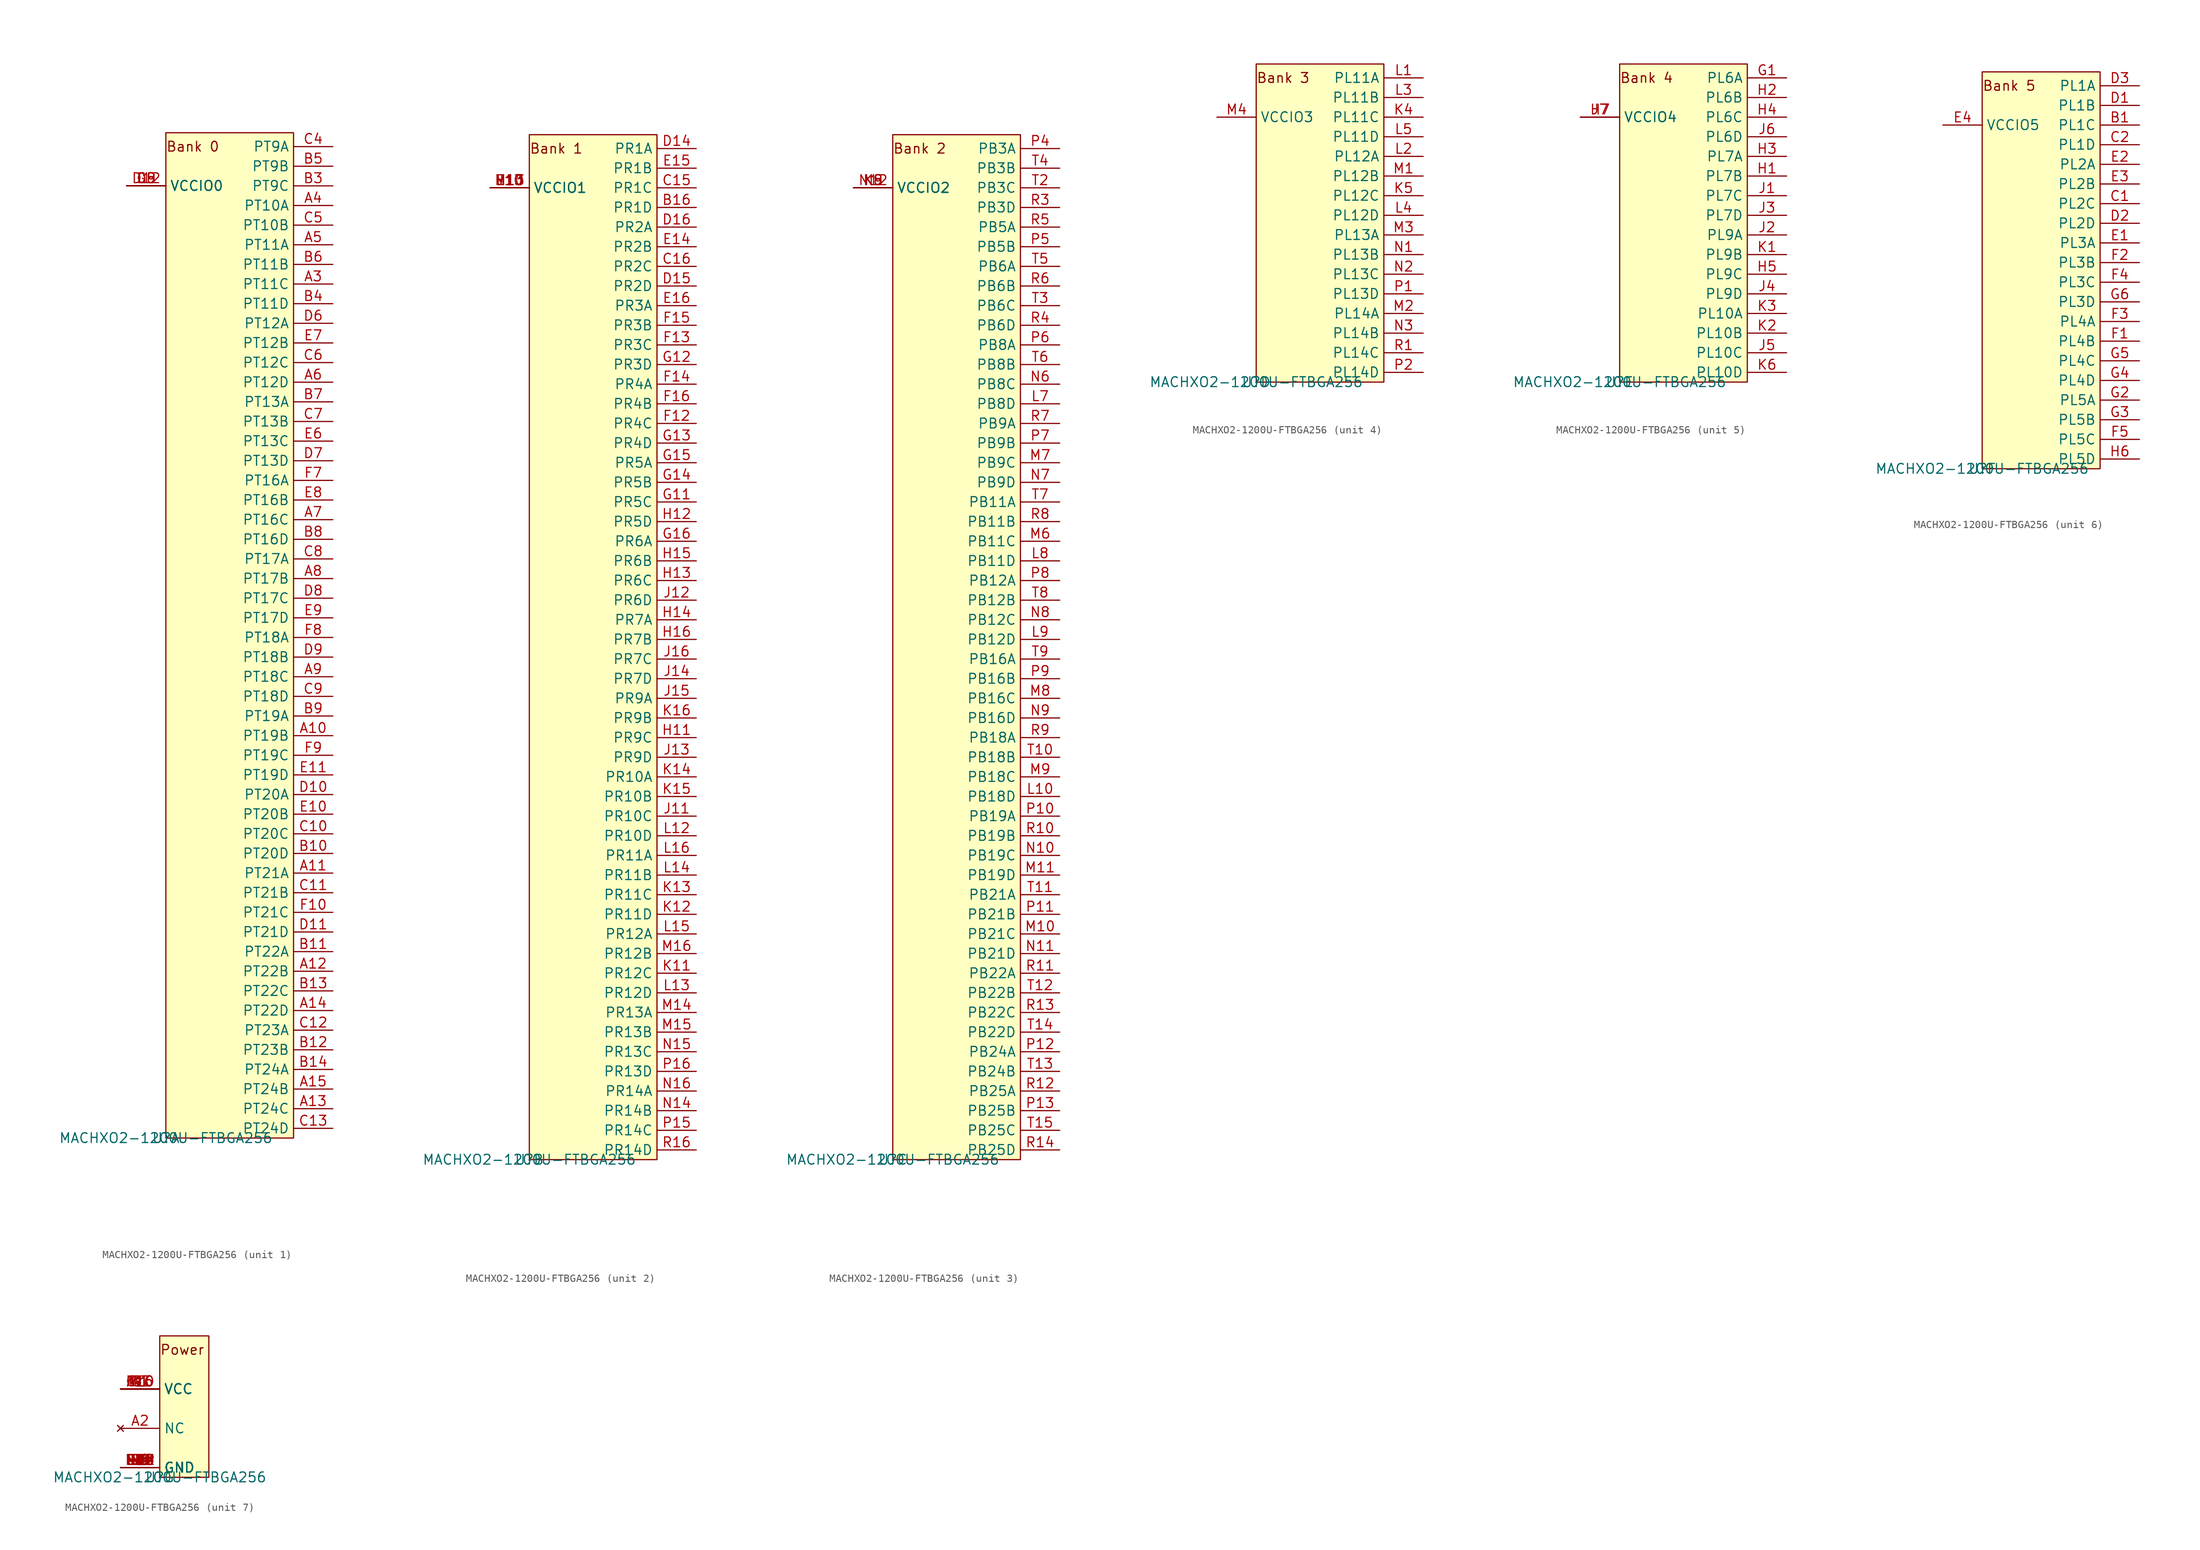
<source format=kicad_sym>
(kicad_symbol_lib
  (version 20211014)
  (generator kicad_symbol_editor)
  (symbol "MACHXO2-1200U-FTBGA256"
    (property "Reference" "U"
      (at 0 0 0)
      (effects (font (size 1.27 1.27))))
    (property "Value" "MACHXO2-1200U-FTBGA256"
      (at 0 0 0)
      (effects (font (size 1.27 1.27))))
    (property "ki_locked" ""
      (at 0 0 0)
      (effects (font (size 1.27 1.27))))
    (symbol "MACHXO2-1200U-FTBGA256_1_0"
      (pin power_in line (at -5.08 123.174 0) (length 5.08) (name "VCCIO0" (effects (font (size 1.27 1.27)))) (number "D5" (effects (font (size 1.27 1.27)))))
      (pin power_in line (at -5.08 123.174 0) (length 5.08) (name "VCCIO0" (effects (font (size 1.27 1.27)))) (number "G8" (effects (font (size 1.27 1.27)))))
      (pin power_in line (at -5.08 123.174 0) (length 5.08) (name "VCCIO0" (effects (font (size 1.27 1.27)))) (number "D12" (effects (font (size 1.27 1.27)))))
      (pin power_in line (at -5.08 123.174 0) (length 5.08) (name "VCCIO0" (effects (font (size 1.27 1.27)))) (number "G9" (effects (font (size 1.27 1.27)))))
      (pin bidirectional line (at 21.59 128.254 180) (length 5.08) (name "PT9A" (effects (font (size 1.27 1.27)))) (number "C4" (effects (font (size 1.27 1.27)))))
      (pin bidirectional line (at 21.59 125.714 180) (length 5.08) (name "PT9B" (effects (font (size 1.27 1.27)))) (number "B5" (effects (font (size 1.27 1.27)))))
      (pin bidirectional line (at 21.59 123.174 180) (length 5.08) (name "PT9C" (effects (font (size 1.27 1.27)))) (number "B3" (effects (font (size 1.27 1.27)))))
      (pin bidirectional line (at 21.59 120.634 180) (length 5.08) (name "PT10A" (effects (font (size 1.27 1.27)))) (number "A4" (effects (font (size 1.27 1.27)))))
      (pin bidirectional line (at 21.59 118.094 180) (length 5.08) (name "PT10B" (effects (font (size 1.27 1.27)))) (number "C5" (effects (font (size 1.27 1.27)))))
      (pin bidirectional line (at 21.59 115.554 180) (length 5.08) (name "PT11A" (effects (font (size 1.27 1.27)))) (number "A5" (effects (font (size 1.27 1.27)))))
      (pin bidirectional line (at 21.59 113.014 180) (length 5.08) (name "PT11B" (effects (font (size 1.27 1.27)))) (number "B6" (effects (font (size 1.27 1.27)))))
      (pin bidirectional line (at 21.59 110.474 180) (length 5.08) (name "PT11C" (effects (font (size 1.27 1.27)))) (number "A3" (effects (font (size 1.27 1.27)))))
      (pin bidirectional line (at 21.59 107.934 180) (length 5.08) (name "PT11D" (effects (font (size 1.27 1.27)))) (number "B4" (effects (font (size 1.27 1.27)))))
      (pin bidirectional line (at 21.59 105.394 180) (length 5.08) (name "PT12A" (effects (font (size 1.27 1.27)))) (number "D6" (effects (font (size 1.27 1.27)))))
      (pin bidirectional line (at 21.59 102.854 180) (length 5.08) (name "PT12B" (effects (font (size 1.27 1.27)))) (number "E7" (effects (font (size 1.27 1.27)))))
      (pin bidirectional line (at 21.59 100.314 180) (length 5.08) (name "PT12C" (effects (font (size 1.27 1.27)))) (number "C6" (effects (font (size 1.27 1.27)))))
      (pin bidirectional line (at 21.59 97.774 180) (length 5.08) (name "PT12D" (effects (font (size 1.27 1.27)))) (number "A6" (effects (font (size 1.27 1.27)))))
      (pin bidirectional line (at 21.59 95.234 180) (length 5.08) (name "PT13A" (effects (font (size 1.27 1.27)))) (number "B7" (effects (font (size 1.27 1.27)))))
      (pin bidirectional line (at 21.59 92.694 180) (length 5.08) (name "PT13B" (effects (font (size 1.27 1.27)))) (number "C7" (effects (font (size 1.27 1.27)))))
      (pin bidirectional line (at 21.59 90.154 180) (length 5.08) (name "PT13C" (effects (font (size 1.27 1.27)))) (number "E6" (effects (font (size 1.27 1.27)))))
      (pin bidirectional line (at 21.59 87.614 180) (length 5.08) (name "PT13D" (effects (font (size 1.27 1.27)))) (number "D7" (effects (font (size 1.27 1.27)))))
      (pin bidirectional line (at 21.59 85.074 180) (length 5.08) (name "PT16A" (effects (font (size 1.27 1.27)))) (number "F7" (effects (font (size 1.27 1.27)))))
      (pin bidirectional line (at 21.59 82.534 180) (length 5.08) (name "PT16B" (effects (font (size 1.27 1.27)))) (number "E8" (effects (font (size 1.27 1.27)))))
      (pin bidirectional line (at 21.59 79.994 180) (length 5.08) (name "PT16C" (effects (font (size 1.27 1.27)))) (number "A7" (effects (font (size 1.27 1.27)))))
      (pin bidirectional line (at 21.59 77.454 180) (length 5.08) (name "PT16D" (effects (font (size 1.27 1.27)))) (number "B8" (effects (font (size 1.27 1.27)))))
      (pin bidirectional line (at 21.59 74.914 180) (length 5.08) (name "PT17A" (effects (font (size 1.27 1.27)))) (number "C8" (effects (font (size 1.27 1.27)))))
      (pin bidirectional line (at 21.59 72.374 180) (length 5.08) (name "PT17B" (effects (font (size 1.27 1.27)))) (number "A8" (effects (font (size 1.27 1.27)))))
      (pin bidirectional line (at 21.59 69.834 180) (length 5.08) (name "PT17C" (effects (font (size 1.27 1.27)))) (number "D8" (effects (font (size 1.27 1.27)))))
      (pin bidirectional line (at 21.59 67.294 180) (length 5.08) (name "PT17D" (effects (font (size 1.27 1.27)))) (number "E9" (effects (font (size 1.27 1.27)))))
      (pin bidirectional line (at 21.59 64.754 180) (length 5.08) (name "PT18A" (effects (font (size 1.27 1.27)))) (number "F8" (effects (font (size 1.27 1.27)))))
      (pin bidirectional line (at 21.59 62.214 180) (length 5.08) (name "PT18B" (effects (font (size 1.27 1.27)))) (number "D9" (effects (font (size 1.27 1.27)))))
      (pin bidirectional line (at 21.59 59.674 180) (length 5.08) (name "PT18C" (effects (font (size 1.27 1.27)))) (number "A9" (effects (font (size 1.27 1.27)))))
      (pin bidirectional line (at 21.59 57.134 180) (length 5.08) (name "PT18D" (effects (font (size 1.27 1.27)))) (number "C9" (effects (font (size 1.27 1.27)))))
      (pin bidirectional line (at 21.59 54.594 180) (length 5.08) (name "PT19A" (effects (font (size 1.27 1.27)))) (number "B9" (effects (font (size 1.27 1.27)))))
      (pin bidirectional line (at 21.59 52.054 180) (length 5.08) (name "PT19B" (effects (font (size 1.27 1.27)))) (number "A10" (effects (font (size 1.27 1.27)))))
      (pin bidirectional line (at 21.59 49.514 180) (length 5.08) (name "PT19C" (effects (font (size 1.27 1.27)))) (number "F9" (effects (font (size 1.27 1.27)))))
      (pin bidirectional line (at 21.59 46.974 180) (length 5.08) (name "PT19D" (effects (font (size 1.27 1.27)))) (number "E11" (effects (font (size 1.27 1.27)))))
      (pin bidirectional line (at 21.59 44.434 180) (length 5.08) (name "PT20A" (effects (font (size 1.27 1.27)))) (number "D10" (effects (font (size 1.27 1.27)))))
      (pin bidirectional line (at 21.59 41.894 180) (length 5.08) (name "PT20B" (effects (font (size 1.27 1.27)))) (number "E10" (effects (font (size 1.27 1.27)))))
      (pin bidirectional line (at 21.59 39.354 180) (length 5.08) (name "PT20C" (effects (font (size 1.27 1.27)))) (number "C10" (effects (font (size 1.27 1.27)))))
      (pin bidirectional line (at 21.59 36.814 180) (length 5.08) (name "PT20D" (effects (font (size 1.27 1.27)))) (number "B10" (effects (font (size 1.27 1.27)))))
      (pin bidirectional line (at 21.59 34.274 180) (length 5.08) (name "PT21A" (effects (font (size 1.27 1.27)))) (number "A11" (effects (font (size 1.27 1.27)))))
      (pin bidirectional line (at 21.59 31.734 180) (length 5.08) (name "PT21B" (effects (font (size 1.27 1.27)))) (number "C11" (effects (font (size 1.27 1.27)))))
      (pin bidirectional line (at 21.59 29.194 180) (length 5.08) (name "PT21C" (effects (font (size 1.27 1.27)))) (number "F10" (effects (font (size 1.27 1.27)))))
      (pin bidirectional line (at 21.59 26.654 180) (length 5.08) (name "PT21D" (effects (font (size 1.27 1.27)))) (number "D11" (effects (font (size 1.27 1.27)))))
      (pin bidirectional line (at 21.59 24.114 180) (length 5.08) (name "PT22A" (effects (font (size 1.27 1.27)))) (number "B11" (effects (font (size 1.27 1.27)))))
      (pin bidirectional line (at 21.59 21.574 180) (length 5.08) (name "PT22B" (effects (font (size 1.27 1.27)))) (number "A12" (effects (font (size 1.27 1.27)))))
      (pin bidirectional line (at 21.59 19.034 180) (length 5.08) (name "PT22C" (effects (font (size 1.27 1.27)))) (number "B13" (effects (font (size 1.27 1.27)))))
      (pin bidirectional line (at 21.59 16.494 180) (length 5.08) (name "PT22D" (effects (font (size 1.27 1.27)))) (number "A14" (effects (font (size 1.27 1.27)))))
      (pin bidirectional line (at 21.59 13.954 180) (length 5.08) (name "PT23A" (effects (font (size 1.27 1.27)))) (number "C12" (effects (font (size 1.27 1.27)))))
      (pin bidirectional line (at 21.59 11.414 180) (length 5.08) (name "PT23B" (effects (font (size 1.27 1.27)))) (number "B12" (effects (font (size 1.27 1.27)))))
      (pin bidirectional line (at 21.59 8.874 180) (length 5.08) (name "PT24A" (effects (font (size 1.27 1.27)))) (number "B14" (effects (font (size 1.27 1.27)))))
      (pin bidirectional line (at 21.59 6.334 180) (length 5.08) (name "PT24B" (effects (font (size 1.27 1.27)))) (number "A15" (effects (font (size 1.27 1.27)))))
      (pin bidirectional line (at 21.59 3.794 180) (length 5.08) (name "PT24C" (effects (font (size 1.27 1.27)))) (number "A13" (effects (font (size 1.27 1.27)))))
      (pin bidirectional line (at 21.59 1.254 180) (length 5.08) (name "PT24D" (effects (font (size 1.27 1.27)))) (number "C13" (effects (font (size 1.27 1.27))))))
    (symbol "MACHXO2-1200U-FTBGA256_1_1"
      (rectangle (start 0 0) (end 16.51 130.048) (stroke (width 0) (type default) (color 0 0 0 0)) (fill (type background)))
      (text "Bank 0" (at 0 128.254 0) (effects (font (size 1.27 1.27)) (justify left))))
    (symbol "MACHXO2-1200U-FTBGA256_2_0"
      (pin power_in line (at -5.08 125.714 0) (length 5.08) (name "VCCIO1" (effects (font (size 1.27 1.27)))) (number "E13" (effects (font (size 1.27 1.27)))))
      (pin power_in line (at -5.08 125.714 0) (length 5.08) (name "VCCIO1" (effects (font (size 1.27 1.27)))) (number "H10" (effects (font (size 1.27 1.27)))))
      (pin power_in line (at -5.08 125.714 0) (length 5.08) (name "VCCIO1" (effects (font (size 1.27 1.27)))) (number "J10" (effects (font (size 1.27 1.27)))))
      (pin power_in line (at -5.08 125.714 0) (length 5.08) (name "VCCIO1" (effects (font (size 1.27 1.27)))) (number "M13" (effects (font (size 1.27 1.27)))))
      (pin bidirectional line (at 21.59 130.794 180) (length 5.08) (name "PR1A" (effects (font (size 1.27 1.27)))) (number "D14" (effects (font (size 1.27 1.27)))))
      (pin bidirectional line (at 21.59 128.254 180) (length 5.08) (name "PR1B" (effects (font (size 1.27 1.27)))) (number "E15" (effects (font (size 1.27 1.27)))))
      (pin bidirectional line (at 21.59 125.714 180) (length 5.08) (name "PR1C" (effects (font (size 1.27 1.27)))) (number "C15" (effects (font (size 1.27 1.27)))))
      (pin bidirectional line (at 21.59 123.174 180) (length 5.08) (name "PR1D" (effects (font (size 1.27 1.27)))) (number "B16" (effects (font (size 1.27 1.27)))))
      (pin bidirectional line (at 21.59 120.634 180) (length 5.08) (name "PR2A" (effects (font (size 1.27 1.27)))) (number "D16" (effects (font (size 1.27 1.27)))))
      (pin bidirectional line (at 21.59 118.094 180) (length 5.08) (name "PR2B" (effects (font (size 1.27 1.27)))) (number "E14" (effects (font (size 1.27 1.27)))))
      (pin bidirectional line (at 21.59 115.554 180) (length 5.08) (name "PR2C" (effects (font (size 1.27 1.27)))) (number "C16" (effects (font (size 1.27 1.27)))))
      (pin bidirectional line (at 21.59 113.014 180) (length 5.08) (name "PR2D" (effects (font (size 1.27 1.27)))) (number "D15" (effects (font (size 1.27 1.27)))))
      (pin bidirectional line (at 21.59 110.474 180) (length 5.08) (name "PR3A" (effects (font (size 1.27 1.27)))) (number "E16" (effects (font (size 1.27 1.27)))))
      (pin bidirectional line (at 21.59 107.934 180) (length 5.08) (name "PR3B" (effects (font (size 1.27 1.27)))) (number "F15" (effects (font (size 1.27 1.27)))))
      (pin bidirectional line (at 21.59 105.394 180) (length 5.08) (name "PR3C" (effects (font (size 1.27 1.27)))) (number "F13" (effects (font (size 1.27 1.27)))))
      (pin bidirectional line (at 21.59 102.854 180) (length 5.08) (name "PR3D" (effects (font (size 1.27 1.27)))) (number "G12" (effects (font (size 1.27 1.27)))))
      (pin bidirectional line (at 21.59 100.314 180) (length 5.08) (name "PR4A" (effects (font (size 1.27 1.27)))) (number "F14" (effects (font (size 1.27 1.27)))))
      (pin bidirectional line (at 21.59 97.774 180) (length 5.08) (name "PR4B" (effects (font (size 1.27 1.27)))) (number "F16" (effects (font (size 1.27 1.27)))))
      (pin bidirectional line (at 21.59 95.234 180) (length 5.08) (name "PR4C" (effects (font (size 1.27 1.27)))) (number "F12" (effects (font (size 1.27 1.27)))))
      (pin bidirectional line (at 21.59 92.694 180) (length 5.08) (name "PR4D" (effects (font (size 1.27 1.27)))) (number "G13" (effects (font (size 1.27 1.27)))))
      (pin bidirectional line (at 21.59 90.154 180) (length 5.08) (name "PR5A" (effects (font (size 1.27 1.27)))) (number "G15" (effects (font (size 1.27 1.27)))))
      (pin bidirectional line (at 21.59 87.614 180) (length 5.08) (name "PR5B" (effects (font (size 1.27 1.27)))) (number "G14" (effects (font (size 1.27 1.27)))))
      (pin bidirectional line (at 21.59 85.074 180) (length 5.08) (name "PR5C" (effects (font (size 1.27 1.27)))) (number "G11" (effects (font (size 1.27 1.27)))))
      (pin bidirectional line (at 21.59 82.534 180) (length 5.08) (name "PR5D" (effects (font (size 1.27 1.27)))) (number "H12" (effects (font (size 1.27 1.27)))))
      (pin bidirectional line (at 21.59 79.994 180) (length 5.08) (name "PR6A" (effects (font (size 1.27 1.27)))) (number "G16" (effects (font (size 1.27 1.27)))))
      (pin bidirectional line (at 21.59 77.454 180) (length 5.08) (name "PR6B" (effects (font (size 1.27 1.27)))) (number "H15" (effects (font (size 1.27 1.27)))))
      (pin bidirectional line (at 21.59 74.914 180) (length 5.08) (name "PR6C" (effects (font (size 1.27 1.27)))) (number "H13" (effects (font (size 1.27 1.27)))))
      (pin bidirectional line (at 21.59 72.374 180) (length 5.08) (name "PR6D" (effects (font (size 1.27 1.27)))) (number "J12" (effects (font (size 1.27 1.27)))))
      (pin bidirectional line (at 21.59 69.834 180) (length 5.08) (name "PR7A" (effects (font (size 1.27 1.27)))) (number "H14" (effects (font (size 1.27 1.27)))))
      (pin bidirectional line (at 21.59 67.294 180) (length 5.08) (name "PR7B" (effects (font (size 1.27 1.27)))) (number "H16" (effects (font (size 1.27 1.27)))))
      (pin bidirectional line (at 21.59 64.754 180) (length 5.08) (name "PR7C" (effects (font (size 1.27 1.27)))) (number "J16" (effects (font (size 1.27 1.27)))))
      (pin bidirectional line (at 21.59 62.214 180) (length 5.08) (name "PR7D" (effects (font (size 1.27 1.27)))) (number "J14" (effects (font (size 1.27 1.27)))))
      (pin bidirectional line (at 21.59 59.674 180) (length 5.08) (name "PR9A" (effects (font (size 1.27 1.27)))) (number "J15" (effects (font (size 1.27 1.27)))))
      (pin bidirectional line (at 21.59 57.134 180) (length 5.08) (name "PR9B" (effects (font (size 1.27 1.27)))) (number "K16" (effects (font (size 1.27 1.27)))))
      (pin bidirectional line (at 21.59 54.594 180) (length 5.08) (name "PR9C" (effects (font (size 1.27 1.27)))) (number "H11" (effects (font (size 1.27 1.27)))))
      (pin bidirectional line (at 21.59 52.054 180) (length 5.08) (name "PR9D" (effects (font (size 1.27 1.27)))) (number "J13" (effects (font (size 1.27 1.27)))))
      (pin bidirectional line (at 21.59 49.514 180) (length 5.08) (name "PR10A" (effects (font (size 1.27 1.27)))) (number "K14" (effects (font (size 1.27 1.27)))))
      (pin bidirectional line (at 21.59 46.974 180) (length 5.08) (name "PR10B" (effects (font (size 1.27 1.27)))) (number "K15" (effects (font (size 1.27 1.27)))))
      (pin bidirectional line (at 21.59 44.434 180) (length 5.08) (name "PR10C" (effects (font (size 1.27 1.27)))) (number "J11" (effects (font (size 1.27 1.27)))))
      (pin bidirectional line (at 21.59 41.894 180) (length 5.08) (name "PR10D" (effects (font (size 1.27 1.27)))) (number "L12" (effects (font (size 1.27 1.27)))))
      (pin bidirectional line (at 21.59 39.354 180) (length 5.08) (name "PR11A" (effects (font (size 1.27 1.27)))) (number "L16" (effects (font (size 1.27 1.27)))))
      (pin bidirectional line (at 21.59 36.814 180) (length 5.08) (name "PR11B" (effects (font (size 1.27 1.27)))) (number "L14" (effects (font (size 1.27 1.27)))))
      (pin bidirectional line (at 21.59 34.274 180) (length 5.08) (name "PR11C" (effects (font (size 1.27 1.27)))) (number "K13" (effects (font (size 1.27 1.27)))))
      (pin bidirectional line (at 21.59 31.734 180) (length 5.08) (name "PR11D" (effects (font (size 1.27 1.27)))) (number "K12" (effects (font (size 1.27 1.27)))))
      (pin bidirectional line (at 21.59 29.194 180) (length 5.08) (name "PR12A" (effects (font (size 1.27 1.27)))) (number "L15" (effects (font (size 1.27 1.27)))))
      (pin bidirectional line (at 21.59 26.654 180) (length 5.08) (name "PR12B" (effects (font (size 1.27 1.27)))) (number "M16" (effects (font (size 1.27 1.27)))))
      (pin bidirectional line (at 21.59 24.114 180) (length 5.08) (name "PR12C" (effects (font (size 1.27 1.27)))) (number "K11" (effects (font (size 1.27 1.27)))))
      (pin bidirectional line (at 21.59 21.574 180) (length 5.08) (name "PR12D" (effects (font (size 1.27 1.27)))) (number "L13" (effects (font (size 1.27 1.27)))))
      (pin bidirectional line (at 21.59 19.034 180) (length 5.08) (name "PR13A" (effects (font (size 1.27 1.27)))) (number "M14" (effects (font (size 1.27 1.27)))))
      (pin bidirectional line (at 21.59 16.494 180) (length 5.08) (name "PR13B" (effects (font (size 1.27 1.27)))) (number "M15" (effects (font (size 1.27 1.27)))))
      (pin bidirectional line (at 21.59 13.954 180) (length 5.08) (name "PR13C" (effects (font (size 1.27 1.27)))) (number "N15" (effects (font (size 1.27 1.27)))))
      (pin bidirectional line (at 21.59 11.414 180) (length 5.08) (name "PR13D" (effects (font (size 1.27 1.27)))) (number "P16" (effects (font (size 1.27 1.27)))))
      (pin bidirectional line (at 21.59 8.874 180) (length 5.08) (name "PR14A" (effects (font (size 1.27 1.27)))) (number "N16" (effects (font (size 1.27 1.27)))))
      (pin bidirectional line (at 21.59 6.334 180) (length 5.08) (name "PR14B" (effects (font (size 1.27 1.27)))) (number "N14" (effects (font (size 1.27 1.27)))))
      (pin bidirectional line (at 21.59 3.794 180) (length 5.08) (name "PR14C" (effects (font (size 1.27 1.27)))) (number "P15" (effects (font (size 1.27 1.27)))))
      (pin bidirectional line (at 21.59 1.254 180) (length 5.08) (name "PR14D" (effects (font (size 1.27 1.27)))) (number "R16" (effects (font (size 1.27 1.27))))))
    (symbol "MACHXO2-1200U-FTBGA256_2_1"
      (rectangle (start 0 0) (end 16.51 132.588) (stroke (width 0) (type default) (color 0 0 0 0)) (fill (type background)))
      (text "Bank 1" (at 0 130.794 0) (effects (font (size 1.27 1.27)) (justify left))))
    (symbol "MACHXO2-1200U-FTBGA256_3_0"
      (pin power_in line (at -5.08 125.714 0) (length 5.08) (name "VCCIO2" (effects (font (size 1.27 1.27)))) (number "K9" (effects (font (size 1.27 1.27)))))
      (pin power_in line (at -5.08 125.714 0) (length 5.08) (name "VCCIO2" (effects (font (size 1.27 1.27)))) (number "N12" (effects (font (size 1.27 1.27)))))
      (pin power_in line (at -5.08 125.714 0) (length 5.08) (name "VCCIO2" (effects (font (size 1.27 1.27)))) (number "K8" (effects (font (size 1.27 1.27)))))
      (pin power_in line (at -5.08 125.714 0) (length 5.08) (name "VCCIO2" (effects (font (size 1.27 1.27)))) (number "N5" (effects (font (size 1.27 1.27)))))
      (pin bidirectional line (at 21.59 130.794 180) (length 5.08) (name "PB3A" (effects (font (size 1.27 1.27)))) (number "P4" (effects (font (size 1.27 1.27)))))
      (pin bidirectional line (at 21.59 128.254 180) (length 5.08) (name "PB3B" (effects (font (size 1.27 1.27)))) (number "T4" (effects (font (size 1.27 1.27)))))
      (pin bidirectional line (at 21.59 125.714 180) (length 5.08) (name "PB3C" (effects (font (size 1.27 1.27)))) (number "T2" (effects (font (size 1.27 1.27)))))
      (pin bidirectional line (at 21.59 123.174 180) (length 5.08) (name "PB3D" (effects (font (size 1.27 1.27)))) (number "R3" (effects (font (size 1.27 1.27)))))
      (pin bidirectional line (at 21.59 120.634 180) (length 5.08) (name "PB5A" (effects (font (size 1.27 1.27)))) (number "R5" (effects (font (size 1.27 1.27)))))
      (pin bidirectional line (at 21.59 118.094 180) (length 5.08) (name "PB5B" (effects (font (size 1.27 1.27)))) (number "P5" (effects (font (size 1.27 1.27)))))
      (pin bidirectional line (at 21.59 115.554 180) (length 5.08) (name "PB6A" (effects (font (size 1.27 1.27)))) (number "T5" (effects (font (size 1.27 1.27)))))
      (pin bidirectional line (at 21.59 113.014 180) (length 5.08) (name "PB6B" (effects (font (size 1.27 1.27)))) (number "R6" (effects (font (size 1.27 1.27)))))
      (pin bidirectional line (at 21.59 110.474 180) (length 5.08) (name "PB6C" (effects (font (size 1.27 1.27)))) (number "T3" (effects (font (size 1.27 1.27)))))
      (pin bidirectional line (at 21.59 107.934 180) (length 5.08) (name "PB6D" (effects (font (size 1.27 1.27)))) (number "R4" (effects (font (size 1.27 1.27)))))
      (pin bidirectional line (at 21.59 105.394 180) (length 5.08) (name "PB8A" (effects (font (size 1.27 1.27)))) (number "P6" (effects (font (size 1.27 1.27)))))
      (pin bidirectional line (at 21.59 102.854 180) (length 5.08) (name "PB8B" (effects (font (size 1.27 1.27)))) (number "T6" (effects (font (size 1.27 1.27)))))
      (pin bidirectional line (at 21.59 100.314 180) (length 5.08) (name "PB8C" (effects (font (size 1.27 1.27)))) (number "N6" (effects (font (size 1.27 1.27)))))
      (pin bidirectional line (at 21.59 97.774 180) (length 5.08) (name "PB8D" (effects (font (size 1.27 1.27)))) (number "L7" (effects (font (size 1.27 1.27)))))
      (pin bidirectional line (at 21.59 95.234 180) (length 5.08) (name "PB9A" (effects (font (size 1.27 1.27)))) (number "R7" (effects (font (size 1.27 1.27)))))
      (pin bidirectional line (at 21.59 92.694 180) (length 5.08) (name "PB9B" (effects (font (size 1.27 1.27)))) (number "P7" (effects (font (size 1.27 1.27)))))
      (pin bidirectional line (at 21.59 90.154 180) (length 5.08) (name "PB9C" (effects (font (size 1.27 1.27)))) (number "M7" (effects (font (size 1.27 1.27)))))
      (pin bidirectional line (at 21.59 87.614 180) (length 5.08) (name "PB9D" (effects (font (size 1.27 1.27)))) (number "N7" (effects (font (size 1.27 1.27)))))
      (pin bidirectional line (at 21.59 85.074 180) (length 5.08) (name "PB11A" (effects (font (size 1.27 1.27)))) (number "T7" (effects (font (size 1.27 1.27)))))
      (pin bidirectional line (at 21.59 82.534 180) (length 5.08) (name "PB11B" (effects (font (size 1.27 1.27)))) (number "R8" (effects (font (size 1.27 1.27)))))
      (pin bidirectional line (at 21.59 79.994 180) (length 5.08) (name "PB11C" (effects (font (size 1.27 1.27)))) (number "M6" (effects (font (size 1.27 1.27)))))
      (pin bidirectional line (at 21.59 77.454 180) (length 5.08) (name "PB11D" (effects (font (size 1.27 1.27)))) (number "L8" (effects (font (size 1.27 1.27)))))
      (pin bidirectional line (at 21.59 74.914 180) (length 5.08) (name "PB12A" (effects (font (size 1.27 1.27)))) (number "P8" (effects (font (size 1.27 1.27)))))
      (pin bidirectional line (at 21.59 72.374 180) (length 5.08) (name "PB12B" (effects (font (size 1.27 1.27)))) (number "T8" (effects (font (size 1.27 1.27)))))
      (pin bidirectional line (at 21.59 69.834 180) (length 5.08) (name "PB12C" (effects (font (size 1.27 1.27)))) (number "N8" (effects (font (size 1.27 1.27)))))
      (pin bidirectional line (at 21.59 67.294 180) (length 5.08) (name "PB12D" (effects (font (size 1.27 1.27)))) (number "L9" (effects (font (size 1.27 1.27)))))
      (pin bidirectional line (at 21.59 64.754 180) (length 5.08) (name "PB16A" (effects (font (size 1.27 1.27)))) (number "T9" (effects (font (size 1.27 1.27)))))
      (pin bidirectional line (at 21.59 62.214 180) (length 5.08) (name "PB16B" (effects (font (size 1.27 1.27)))) (number "P9" (effects (font (size 1.27 1.27)))))
      (pin bidirectional line (at 21.59 59.674 180) (length 5.08) (name "PB16C" (effects (font (size 1.27 1.27)))) (number "M8" (effects (font (size 1.27 1.27)))))
      (pin bidirectional line (at 21.59 57.134 180) (length 5.08) (name "PB16D" (effects (font (size 1.27 1.27)))) (number "N9" (effects (font (size 1.27 1.27)))))
      (pin bidirectional line (at 21.59 54.594 180) (length 5.08) (name "PB18A" (effects (font (size 1.27 1.27)))) (number "R9" (effects (font (size 1.27 1.27)))))
      (pin bidirectional line (at 21.59 52.054 180) (length 5.08) (name "PB18B" (effects (font (size 1.27 1.27)))) (number "T10" (effects (font (size 1.27 1.27)))))
      (pin bidirectional line (at 21.59 49.514 180) (length 5.08) (name "PB18C" (effects (font (size 1.27 1.27)))) (number "M9" (effects (font (size 1.27 1.27)))))
      (pin bidirectional line (at 21.59 46.974 180) (length 5.08) (name "PB18D" (effects (font (size 1.27 1.27)))) (number "L10" (effects (font (size 1.27 1.27)))))
      (pin bidirectional line (at 21.59 44.434 180) (length 5.08) (name "PB19A" (effects (font (size 1.27 1.27)))) (number "P10" (effects (font (size 1.27 1.27)))))
      (pin bidirectional line (at 21.59 41.894 180) (length 5.08) (name "PB19B" (effects (font (size 1.27 1.27)))) (number "R10" (effects (font (size 1.27 1.27)))))
      (pin bidirectional line (at 21.59 39.354 180) (length 5.08) (name "PB19C" (effects (font (size 1.27 1.27)))) (number "N10" (effects (font (size 1.27 1.27)))))
      (pin bidirectional line (at 21.59 36.814 180) (length 5.08) (name "PB19D" (effects (font (size 1.27 1.27)))) (number "M11" (effects (font (size 1.27 1.27)))))
      (pin bidirectional line (at 21.59 34.274 180) (length 5.08) (name "PB21A" (effects (font (size 1.27 1.27)))) (number "T11" (effects (font (size 1.27 1.27)))))
      (pin bidirectional line (at 21.59 31.734 180) (length 5.08) (name "PB21B" (effects (font (size 1.27 1.27)))) (number "P11" (effects (font (size 1.27 1.27)))))
      (pin bidirectional line (at 21.59 29.194 180) (length 5.08) (name "PB21C" (effects (font (size 1.27 1.27)))) (number "M10" (effects (font (size 1.27 1.27)))))
      (pin bidirectional line (at 21.59 26.654 180) (length 5.08) (name "PB21D" (effects (font (size 1.27 1.27)))) (number "N11" (effects (font (size 1.27 1.27)))))
      (pin bidirectional line (at 21.59 24.114 180) (length 5.08) (name "PB22A" (effects (font (size 1.27 1.27)))) (number "R11" (effects (font (size 1.27 1.27)))))
      (pin bidirectional line (at 21.59 21.574 180) (length 5.08) (name "PB22B" (effects (font (size 1.27 1.27)))) (number "T12" (effects (font (size 1.27 1.27)))))
      (pin bidirectional line (at 21.59 19.034 180) (length 5.08) (name "PB22C" (effects (font (size 1.27 1.27)))) (number "R13" (effects (font (size 1.27 1.27)))))
      (pin bidirectional line (at 21.59 16.494 180) (length 5.08) (name "PB22D" (effects (font (size 1.27 1.27)))) (number "T14" (effects (font (size 1.27 1.27)))))
      (pin bidirectional line (at 21.59 13.954 180) (length 5.08) (name "PB24A" (effects (font (size 1.27 1.27)))) (number "P12" (effects (font (size 1.27 1.27)))))
      (pin bidirectional line (at 21.59 11.414 180) (length 5.08) (name "PB24B" (effects (font (size 1.27 1.27)))) (number "T13" (effects (font (size 1.27 1.27)))))
      (pin bidirectional line (at 21.59 8.874 180) (length 5.08) (name "PB25A" (effects (font (size 1.27 1.27)))) (number "R12" (effects (font (size 1.27 1.27)))))
      (pin bidirectional line (at 21.59 6.334 180) (length 5.08) (name "PB25B" (effects (font (size 1.27 1.27)))) (number "P13" (effects (font (size 1.27 1.27)))))
      (pin bidirectional line (at 21.59 3.794 180) (length 5.08) (name "PB25C" (effects (font (size 1.27 1.27)))) (number "T15" (effects (font (size 1.27 1.27)))))
      (pin bidirectional line (at 21.59 1.254 180) (length 5.08) (name "PB25D" (effects (font (size 1.27 1.27)))) (number "R14" (effects (font (size 1.27 1.27))))))
    (symbol "MACHXO2-1200U-FTBGA256_3_1"
      (rectangle (start 0 0) (end 16.51 132.588) (stroke (width 0) (type default) (color 0 0 0 0)) (fill (type background)))
      (text "Bank 2" (at 0 130.794 0) (effects (font (size 1.27 1.27)) (justify left))))
    (symbol "MACHXO2-1200U-FTBGA256_4_0"
      (pin power_in line (at -5.08 34.274 0) (length 5.08) (name "VCCIO3" (effects (font (size 1.27 1.27)))) (number "M4" (effects (font (size 1.27 1.27)))))
      (pin bidirectional line (at 21.59 39.354 180) (length 5.08) (name "PL11A" (effects (font (size 1.27 1.27)))) (number "L1" (effects (font (size 1.27 1.27)))))
      (pin bidirectional line (at 21.59 36.814 180) (length 5.08) (name "PL11B" (effects (font (size 1.27 1.27)))) (number "L3" (effects (font (size 1.27 1.27)))))
      (pin bidirectional line (at 21.59 34.274 180) (length 5.08) (name "PL11C" (effects (font (size 1.27 1.27)))) (number "K4" (effects (font (size 1.27 1.27)))))
      (pin bidirectional line (at 21.59 31.734 180) (length 5.08) (name "PL11D" (effects (font (size 1.27 1.27)))) (number "L5" (effects (font (size 1.27 1.27)))))
      (pin bidirectional line (at 21.59 29.194 180) (length 5.08) (name "PL12A" (effects (font (size 1.27 1.27)))) (number "L2" (effects (font (size 1.27 1.27)))))
      (pin bidirectional line (at 21.59 26.654 180) (length 5.08) (name "PL12B" (effects (font (size 1.27 1.27)))) (number "M1" (effects (font (size 1.27 1.27)))))
      (pin bidirectional line (at 21.59 24.114 180) (length 5.08) (name "PL12C" (effects (font (size 1.27 1.27)))) (number "K5" (effects (font (size 1.27 1.27)))))
      (pin bidirectional line (at 21.59 21.574 180) (length 5.08) (name "PL12D" (effects (font (size 1.27 1.27)))) (number "L4" (effects (font (size 1.27 1.27)))))
      (pin bidirectional line (at 21.59 19.034 180) (length 5.08) (name "PL13A" (effects (font (size 1.27 1.27)))) (number "M3" (effects (font (size 1.27 1.27)))))
      (pin bidirectional line (at 21.59 16.494 180) (length 5.08) (name "PL13B" (effects (font (size 1.27 1.27)))) (number "N1" (effects (font (size 1.27 1.27)))))
      (pin bidirectional line (at 21.59 13.954 180) (length 5.08) (name "PL13C" (effects (font (size 1.27 1.27)))) (number "N2" (effects (font (size 1.27 1.27)))))
      (pin bidirectional line (at 21.59 11.414 180) (length 5.08) (name "PL13D" (effects (font (size 1.27 1.27)))) (number "P1" (effects (font (size 1.27 1.27)))))
      (pin bidirectional line (at 21.59 8.874 180) (length 5.08) (name "PL14A" (effects (font (size 1.27 1.27)))) (number "M2" (effects (font (size 1.27 1.27)))))
      (pin bidirectional line (at 21.59 6.334 180) (length 5.08) (name "PL14B" (effects (font (size 1.27 1.27)))) (number "N3" (effects (font (size 1.27 1.27)))))
      (pin bidirectional line (at 21.59 3.794 180) (length 5.08) (name "PL14C" (effects (font (size 1.27 1.27)))) (number "R1" (effects (font (size 1.27 1.27)))))
      (pin bidirectional line (at 21.59 1.254 180) (length 5.08) (name "PL14D" (effects (font (size 1.27 1.27)))) (number "P2" (effects (font (size 1.27 1.27))))))
    (symbol "MACHXO2-1200U-FTBGA256_4_1"
      (rectangle (start 0 0) (end 16.51 41.148) (stroke (width 0) (type default) (color 0 0 0 0)) (fill (type background)))
      (text "Bank 3" (at 0 39.354 0) (effects (font (size 1.27 1.27)) (justify left))))
    (symbol "MACHXO2-1200U-FTBGA256_5_0"
      (pin power_in line (at -5.08 34.274 0) (length 5.08) (name "VCCIO4" (effects (font (size 1.27 1.27)))) (number "J7" (effects (font (size 1.27 1.27)))))
      (pin power_in line (at -5.08 34.274 0) (length 5.08) (name "VCCIO4" (effects (font (size 1.27 1.27)))) (number "H7" (effects (font (size 1.27 1.27)))))
      (pin bidirectional line (at 21.59 39.354 180) (length 5.08) (name "PL6A" (effects (font (size 1.27 1.27)))) (number "G1" (effects (font (size 1.27 1.27)))))
      (pin bidirectional line (at 21.59 36.814 180) (length 5.08) (name "PL6B" (effects (font (size 1.27 1.27)))) (number "H2" (effects (font (size 1.27 1.27)))))
      (pin bidirectional line (at 21.59 34.274 180) (length 5.08) (name "PL6C" (effects (font (size 1.27 1.27)))) (number "H4" (effects (font (size 1.27 1.27)))))
      (pin bidirectional line (at 21.59 31.734 180) (length 5.08) (name "PL6D" (effects (font (size 1.27 1.27)))) (number "J6" (effects (font (size 1.27 1.27)))))
      (pin bidirectional line (at 21.59 29.194 180) (length 5.08) (name "PL7A" (effects (font (size 1.27 1.27)))) (number "H3" (effects (font (size 1.27 1.27)))))
      (pin bidirectional line (at 21.59 26.654 180) (length 5.08) (name "PL7B" (effects (font (size 1.27 1.27)))) (number "H1" (effects (font (size 1.27 1.27)))))
      (pin bidirectional line (at 21.59 24.114 180) (length 5.08) (name "PL7C" (effects (font (size 1.27 1.27)))) (number "J1" (effects (font (size 1.27 1.27)))))
      (pin bidirectional line (at 21.59 21.574 180) (length 5.08) (name "PL7D" (effects (font (size 1.27 1.27)))) (number "J3" (effects (font (size 1.27 1.27)))))
      (pin bidirectional line (at 21.59 19.034 180) (length 5.08) (name "PL9A" (effects (font (size 1.27 1.27)))) (number "J2" (effects (font (size 1.27 1.27)))))
      (pin bidirectional line (at 21.59 16.494 180) (length 5.08) (name "PL9B" (effects (font (size 1.27 1.27)))) (number "K1" (effects (font (size 1.27 1.27)))))
      (pin bidirectional line (at 21.59 13.954 180) (length 5.08) (name "PL9C" (effects (font (size 1.27 1.27)))) (number "H5" (effects (font (size 1.27 1.27)))))
      (pin bidirectional line (at 21.59 11.414 180) (length 5.08) (name "PL9D" (effects (font (size 1.27 1.27)))) (number "J4" (effects (font (size 1.27 1.27)))))
      (pin bidirectional line (at 21.59 8.874 180) (length 5.08) (name "PL10A" (effects (font (size 1.27 1.27)))) (number "K3" (effects (font (size 1.27 1.27)))))
      (pin bidirectional line (at 21.59 6.334 180) (length 5.08) (name "PL10B" (effects (font (size 1.27 1.27)))) (number "K2" (effects (font (size 1.27 1.27)))))
      (pin bidirectional line (at 21.59 3.794 180) (length 5.08) (name "PL10C" (effects (font (size 1.27 1.27)))) (number "J5" (effects (font (size 1.27 1.27)))))
      (pin bidirectional line (at 21.59 1.254 180) (length 5.08) (name "PL10D" (effects (font (size 1.27 1.27)))) (number "K6" (effects (font (size 1.27 1.27))))))
    (symbol "MACHXO2-1200U-FTBGA256_5_1"
      (rectangle (start 0 0) (end 16.51 41.148) (stroke (width 0) (type default) (color 0 0 0 0)) (fill (type background)))
      (text "Bank 4" (at 0 39.354 0) (effects (font (size 1.27 1.27)) (justify left))))
    (symbol "MACHXO2-1200U-FTBGA256_6_0"
      (pin power_in line (at -5.08 44.434 0) (length 5.08) (name "VCCIO5" (effects (font (size 1.27 1.27)))) (number "E4" (effects (font (size 1.27 1.27)))))
      (pin bidirectional line (at 20.32 49.514 180) (length 5.08) (name "PL1A" (effects (font (size 1.27 1.27)))) (number "D3" (effects (font (size 1.27 1.27)))))
      (pin bidirectional line (at 20.32 46.974 180) (length 5.08) (name "PL1B" (effects (font (size 1.27 1.27)))) (number "D1" (effects (font (size 1.27 1.27)))))
      (pin bidirectional line (at 20.32 44.434 180) (length 5.08) (name "PL1C" (effects (font (size 1.27 1.27)))) (number "B1" (effects (font (size 1.27 1.27)))))
      (pin bidirectional line (at 20.32 41.894 180) (length 5.08) (name "PL1D" (effects (font (size 1.27 1.27)))) (number "C2" (effects (font (size 1.27 1.27)))))
      (pin bidirectional line (at 20.32 39.354 180) (length 5.08) (name "PL2A" (effects (font (size 1.27 1.27)))) (number "E2" (effects (font (size 1.27 1.27)))))
      (pin bidirectional line (at 20.32 36.814 180) (length 5.08) (name "PL2B" (effects (font (size 1.27 1.27)))) (number "E3" (effects (font (size 1.27 1.27)))))
      (pin bidirectional line (at 20.32 34.274 180) (length 5.08) (name "PL2C" (effects (font (size 1.27 1.27)))) (number "C1" (effects (font (size 1.27 1.27)))))
      (pin bidirectional line (at 20.32 31.734 180) (length 5.08) (name "PL2D" (effects (font (size 1.27 1.27)))) (number "D2" (effects (font (size 1.27 1.27)))))
      (pin bidirectional line (at 20.32 29.194 180) (length 5.08) (name "PL3A" (effects (font (size 1.27 1.27)))) (number "E1" (effects (font (size 1.27 1.27)))))
      (pin bidirectional line (at 20.32 26.654 180) (length 5.08) (name "PL3B" (effects (font (size 1.27 1.27)))) (number "F2" (effects (font (size 1.27 1.27)))))
      (pin bidirectional line (at 20.32 24.114 180) (length 5.08) (name "PL3C" (effects (font (size 1.27 1.27)))) (number "F4" (effects (font (size 1.27 1.27)))))
      (pin bidirectional line (at 20.32 21.574 180) (length 5.08) (name "PL3D" (effects (font (size 1.27 1.27)))) (number "G6" (effects (font (size 1.27 1.27)))))
      (pin bidirectional line (at 20.32 19.034 180) (length 5.08) (name "PL4A" (effects (font (size 1.27 1.27)))) (number "F3" (effects (font (size 1.27 1.27)))))
      (pin bidirectional line (at 20.32 16.494 180) (length 5.08) (name "PL4B" (effects (font (size 1.27 1.27)))) (number "F1" (effects (font (size 1.27 1.27)))))
      (pin bidirectional line (at 20.32 13.954 180) (length 5.08) (name "PL4C" (effects (font (size 1.27 1.27)))) (number "G5" (effects (font (size 1.27 1.27)))))
      (pin bidirectional line (at 20.32 11.414 180) (length 5.08) (name "PL4D" (effects (font (size 1.27 1.27)))) (number "G4" (effects (font (size 1.27 1.27)))))
      (pin bidirectional line (at 20.32 8.874 180) (length 5.08) (name "PL5A" (effects (font (size 1.27 1.27)))) (number "G2" (effects (font (size 1.27 1.27)))))
      (pin bidirectional line (at 20.32 6.334 180) (length 5.08) (name "PL5B" (effects (font (size 1.27 1.27)))) (number "G3" (effects (font (size 1.27 1.27)))))
      (pin bidirectional line (at 20.32 3.794 180) (length 5.08) (name "PL5C" (effects (font (size 1.27 1.27)))) (number "F5" (effects (font (size 1.27 1.27)))))
      (pin bidirectional line (at 20.32 1.254 180) (length 5.08) (name "PL5D" (effects (font (size 1.27 1.27)))) (number "H6" (effects (font (size 1.27 1.27))))))
    (symbol "MACHXO2-1200U-FTBGA256_6_1"
      (rectangle (start 0 0) (end 15.24 51.308) (stroke (width 0) (type default) (color 0 0 0 0)) (fill (type background)))
      (text "Bank 5" (at 0 49.514 0) (effects (font (size 1.27 1.27)) (justify left))))
    (symbol "MACHXO2-1200U-FTBGA256_7_0"
      (pin power_in line (at -5.08 11.414 0) (length 5.08) (name "VCC" (effects (font (size 1.27 1.27)))) (number "A1" (effects (font (size 1.27 1.27)))))
      (pin power_in line (at -5.08 11.414 0) (length 5.08) (name "VCC" (effects (font (size 1.27 1.27)))) (number "A16" (effects (font (size 1.27 1.27)))))
      (pin power_in line (at -5.08 11.414 0) (length 5.08) (name "VCC" (effects (font (size 1.27 1.27)))) (number "T1" (effects (font (size 1.27 1.27)))))
      (pin power_in line (at -5.08 11.414 0) (length 5.08) (name "VCC" (effects (font (size 1.27 1.27)))) (number "T16" (effects (font (size 1.27 1.27)))))
      (pin power_in line (at -5.08 11.414 0) (length 5.08) (name "VCC" (effects (font (size 1.27 1.27)))) (number "G7" (effects (font (size 1.27 1.27)))))
      (pin power_in line (at -5.08 11.414 0) (length 5.08) (name "VCC" (effects (font (size 1.27 1.27)))) (number "G10" (effects (font (size 1.27 1.27)))))
      (pin power_in line (at -5.08 11.414 0) (length 5.08) (name "VCC" (effects (font (size 1.27 1.27)))) (number "K7" (effects (font (size 1.27 1.27)))))
      (pin power_in line (at -5.08 11.414 0) (length 5.08) (name "VCC" (effects (font (size 1.27 1.27)))) (number "K10" (effects (font (size 1.27 1.27)))))
      (pin no_connect line (at -5.08 6.334 0) (length 5.08) (name "NC" (effects (font (size 1.27 1.27)))) (number "A2" (effects (font (size 1.27 1.27)))))
      (pin power_in line (at -5.08 1.254 0) (length 5.08) (name "GND" (effects (font (size 1.27 1.27)))) (number "B2" (effects (font (size 1.27 1.27)))))
      (pin power_in line (at -5.08 1.254 0) (length 5.08) (name "GND" (effects (font (size 1.27 1.27)))) (number "B15" (effects (font (size 1.27 1.27)))))
      (pin power_in line (at -5.08 1.254 0) (length 5.08) (name "GND" (effects (font (size 1.27 1.27)))) (number "C3" (effects (font (size 1.27 1.27)))))
      (pin power_in line (at -5.08 1.254 0) (length 5.08) (name "GND" (effects (font (size 1.27 1.27)))) (number "C14" (effects (font (size 1.27 1.27)))))
      (pin power_in line (at -5.08 1.254 0) (length 5.08) (name "GND" (effects (font (size 1.27 1.27)))) (number "D4" (effects (font (size 1.27 1.27)))))
      (pin power_in line (at -5.08 1.254 0) (length 5.08) (name "GND" (effects (font (size 1.27 1.27)))) (number "D13" (effects (font (size 1.27 1.27)))))
      (pin power_in line (at -5.08 1.254 0) (length 5.08) (name "GND" (effects (font (size 1.27 1.27)))) (number "E5" (effects (font (size 1.27 1.27)))))
      (pin power_in line (at -5.08 1.254 0) (length 5.08) (name "GND" (effects (font (size 1.27 1.27)))) (number "E12" (effects (font (size 1.27 1.27)))))
      (pin power_in line (at -5.08 1.254 0) (length 5.08) (name "GND" (effects (font (size 1.27 1.27)))) (number "F6" (effects (font (size 1.27 1.27)))))
      (pin power_in line (at -5.08 1.254 0) (length 5.08) (name "GND" (effects (font (size 1.27 1.27)))) (number "F11" (effects (font (size 1.27 1.27)))))
      (pin power_in line (at -5.08 1.254 0) (length 5.08) (name "GND" (effects (font (size 1.27 1.27)))) (number "H8" (effects (font (size 1.27 1.27)))))
      (pin power_in line (at -5.08 1.254 0) (length 5.08) (name "GND" (effects (font (size 1.27 1.27)))) (number "H9" (effects (font (size 1.27 1.27)))))
      (pin power_in line (at -5.08 1.254 0) (length 5.08) (name "GND" (effects (font (size 1.27 1.27)))) (number "J8" (effects (font (size 1.27 1.27)))))
      (pin power_in line (at -5.08 1.254 0) (length 5.08) (name "GND" (effects (font (size 1.27 1.27)))) (number "J9" (effects (font (size 1.27 1.27)))))
      (pin power_in line (at -5.08 1.254 0) (length 5.08) (name "GND" (effects (font (size 1.27 1.27)))) (number "L6" (effects (font (size 1.27 1.27)))))
      (pin power_in line (at -5.08 1.254 0) (length 5.08) (name "GND" (effects (font (size 1.27 1.27)))) (number "L11" (effects (font (size 1.27 1.27)))))
      (pin power_in line (at -5.08 1.254 0) (length 5.08) (name "GND" (effects (font (size 1.27 1.27)))) (number "M5" (effects (font (size 1.27 1.27)))))
      (pin power_in line (at -5.08 1.254 0) (length 5.08) (name "GND" (effects (font (size 1.27 1.27)))) (number "M12" (effects (font (size 1.27 1.27)))))
      (pin power_in line (at -5.08 1.254 0) (length 5.08) (name "GND" (effects (font (size 1.27 1.27)))) (number "N4" (effects (font (size 1.27 1.27)))))
      (pin power_in line (at -5.08 1.254 0) (length 5.08) (name "GND" (effects (font (size 1.27 1.27)))) (number "N13" (effects (font (size 1.27 1.27)))))
      (pin power_in line (at -5.08 1.254 0) (length 5.08) (name "GND" (effects (font (size 1.27 1.27)))) (number "P3" (effects (font (size 1.27 1.27)))))
      (pin power_in line (at -5.08 1.254 0) (length 5.08) (name "GND" (effects (font (size 1.27 1.27)))) (number "P14" (effects (font (size 1.27 1.27)))))
      (pin power_in line (at -5.08 1.254 0) (length 5.08) (name "GND" (effects (font (size 1.27 1.27)))) (number "R2" (effects (font (size 1.27 1.27)))))
      (pin power_in line (at -5.08 1.254 0) (length 5.08) (name "GND" (effects (font (size 1.27 1.27)))) (number "R15" (effects (font (size 1.27 1.27))))))
    (symbol "MACHXO2-1200U-FTBGA256_7_1"
      (rectangle (start 0 0) (end 6.35 18.288) (stroke (width 0) (type default) (color 0 0 0 0)) (fill (type background)))
      (text "Power" (at 0 16.494 0) (effects (font (size 1.27 1.27)) (justify left))))))
</source>
